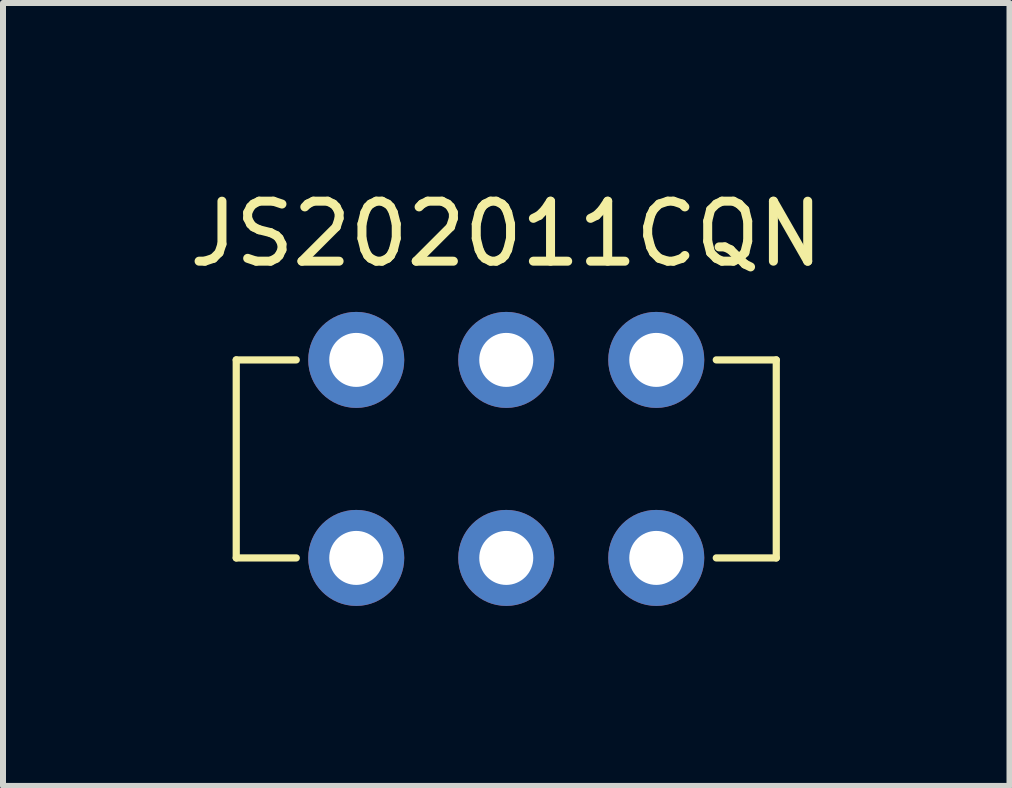
<source format=kicad_pcb>
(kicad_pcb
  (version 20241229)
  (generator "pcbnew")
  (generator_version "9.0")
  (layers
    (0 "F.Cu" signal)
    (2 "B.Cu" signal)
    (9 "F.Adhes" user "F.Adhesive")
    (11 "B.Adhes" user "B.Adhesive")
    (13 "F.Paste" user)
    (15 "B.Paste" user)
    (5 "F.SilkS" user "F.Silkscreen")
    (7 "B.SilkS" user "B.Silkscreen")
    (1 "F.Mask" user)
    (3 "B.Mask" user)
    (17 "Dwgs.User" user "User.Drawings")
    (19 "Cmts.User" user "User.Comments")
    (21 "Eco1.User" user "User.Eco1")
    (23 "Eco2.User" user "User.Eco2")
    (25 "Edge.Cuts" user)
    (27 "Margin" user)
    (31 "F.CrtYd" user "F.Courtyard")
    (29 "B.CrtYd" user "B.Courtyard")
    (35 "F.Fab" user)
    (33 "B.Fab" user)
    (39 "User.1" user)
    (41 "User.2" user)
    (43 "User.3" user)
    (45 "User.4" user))
  (footprint "JS202011CQN"
    (layer "F.Cu")
    (at 5.387 4.598)
    (property "Reference" "JS202011CQN" (at 0 -3.75 0) (layer "F.SilkS") (effects (font (size 1 1) (thickness 0.15))))
    (attr through_hole)
    (fp_line (start -4.5 -1.65) (end -4.5 1.65) (stroke (width 0.12) (type solid)) (layer "F.SilkS"))
    (fp_line (start -4.5 -1.65) (end -3.5 -1.65) (stroke (width 0.12) (type solid)) (layer "F.SilkS"))
    (fp_line (start -4.5 1.65) (end -3.5 1.65) (stroke (width 0.12) (type solid)) (layer "F.SilkS"))
    (fp_line (start 4.5 -1.65) (end 3.5 -1.65) (stroke (width 0.12) (type solid)) (layer "F.SilkS"))
    (fp_line (start 4.5 -1.65) (end 4.5 1.65) (stroke (width 0.12) (type solid)) (layer "F.SilkS"))
    (fp_line (start 4.5 1.65) (end 3.5 1.65) (stroke (width 0.12) (type solid)) (layer "F.SilkS"))
    (pad "1" thru_hole circle (at -2.5 1.65) (size 1.6 1.6) (drill 0.9) (layers "*.Cu" "*.Mask"))
    (pad "2" thru_hole circle (at 0 1.65) (size 1.6 1.6) (drill 0.9) (layers "*.Cu" "*.Mask"))
    (pad "3" thru_hole circle (at 2.5 1.65) (size 1.6 1.6) (drill 0.9) (layers "*.Cu" "*.Mask"))
    (pad "4" thru_hole circle (at -2.5 -1.65) (size 1.6 1.6) (drill 0.9) (layers "*.Cu" "*.Mask"))
    (pad "5" thru_hole circle (at 0 -1.65) (size 1.6 1.6) (drill 0.9) (layers "*.Cu" "*.Mask"))
    (pad "6" thru_hole circle (at 2.5 -1.65) (size 1.6 1.6) (drill 0.9) (layers "*.Cu" "*.Mask")))
  (gr_rect
    (start -3 -3)
    (end 13.774 10.048)
    (stroke (width 0.1) (type default))
    (fill no)
    (layer "Edge.Cuts")))
</source>
